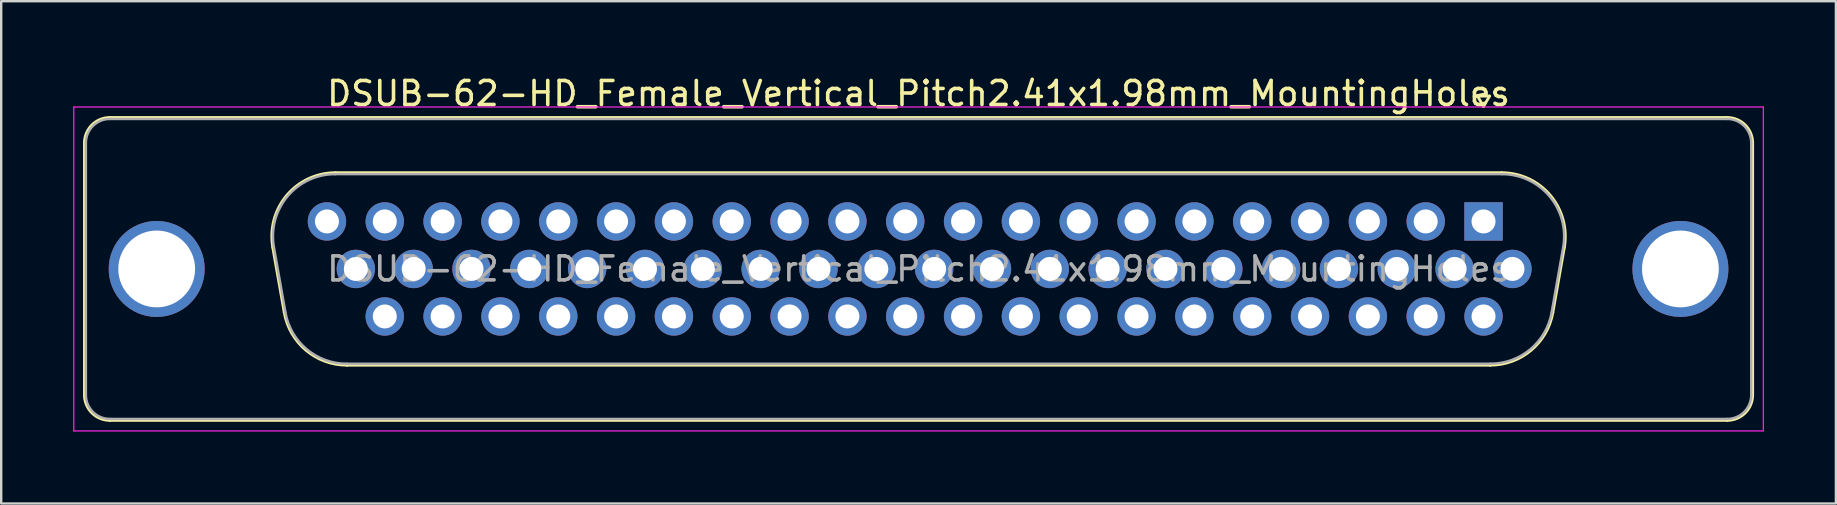
<source format=kicad_pcb>
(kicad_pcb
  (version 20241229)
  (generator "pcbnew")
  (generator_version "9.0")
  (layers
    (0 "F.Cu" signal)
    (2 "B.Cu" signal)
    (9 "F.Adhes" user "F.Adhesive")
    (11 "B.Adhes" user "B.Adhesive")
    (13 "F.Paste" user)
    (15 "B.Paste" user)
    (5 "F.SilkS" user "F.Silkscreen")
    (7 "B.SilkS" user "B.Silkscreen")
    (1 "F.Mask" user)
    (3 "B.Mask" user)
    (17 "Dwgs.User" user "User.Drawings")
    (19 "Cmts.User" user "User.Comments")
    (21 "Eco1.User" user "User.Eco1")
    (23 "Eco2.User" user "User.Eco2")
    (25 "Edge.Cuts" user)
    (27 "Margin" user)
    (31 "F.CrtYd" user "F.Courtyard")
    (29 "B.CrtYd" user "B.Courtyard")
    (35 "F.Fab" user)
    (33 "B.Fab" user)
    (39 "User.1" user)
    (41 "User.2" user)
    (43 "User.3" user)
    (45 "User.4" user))
  (footprint "DSUB-62-HD_Female_Vertical_Pitch2.41x1.98mm_MountingHoles"
    (layer "F.Cu")
    (at 58.775 6.178)
    (property "Reference" "DSUB-62-HD_Female_Vertical_Pitch2.41x1.98mm_MountingHoles" (at -23.545 -5.33 0) (layer "F.SilkS") (effects (font (size 1 1) (thickness 0.15))))
    (attr through_hole)
    (fp_line (start -58.305 7.23) (end -58.305 -3.27) (stroke (width 0.12) (type solid)) (layer "F.SilkS"))
    (fp_line (start -57.245 -4.33) (end 10.155 -4.33) (stroke (width 0.12) (type solid)) (layer "F.SilkS"))
    (fp_line (start -50.457 1.08) (end -49.977 3.8) (stroke (width 0.12) (type solid)) (layer "F.SilkS"))
    (fp_line (start -47.847 -2.03) (end 0.757 -2.03) (stroke (width 0.12) (type solid)) (layer "F.SilkS"))
    (fp_line (start -47.367 5.99) (end 0.277 5.99) (stroke (width 0.12) (type solid)) (layer "F.SilkS"))
    (fp_line (start -0.25 -5.224) (end 0.25 -5.224) (stroke (width 0.12) (type solid)) (layer "F.SilkS"))
    (fp_line (start 0 -4.791) (end -0.25 -5.224) (stroke (width 0.12) (type solid)) (layer "F.SilkS"))
    (fp_line (start 0.25 -5.224) (end 0 -4.791) (stroke (width 0.12) (type solid)) (layer "F.SilkS"))
    (fp_line (start 3.367 1.08) (end 2.887 3.8) (stroke (width 0.12) (type solid)) (layer "F.SilkS"))
    (fp_line (start 10.155 8.29) (end -57.245 8.29) (stroke (width 0.12) (type solid)) (layer "F.SilkS"))
    (fp_line (start 11.215 -3.27) (end 11.215 7.23) (stroke (width 0.12) (type solid)) (layer "F.SilkS"))
    (fp_arc (start -58.305 -3.27) (mid -57.994533 -4.019533) (end -57.245 -4.33) (stroke (width 0.12) (type solid)) (layer "F.SilkS"))
    (fp_arc (start -57.245 8.29) (mid -57.994533 7.979533) (end -58.305 7.23) (stroke (width 0.12) (type solid)) (layer "F.SilkS"))
    (fp_arc (start -50.456594 1.080168) (mid -49.876871 -1.083387) (end -47.846853 -2.03) (stroke (width 0.12) (type solid)) (layer "F.SilkS"))
    (fp_arc (start -47.367244 5.99) (mid -49.070631 5.370018) (end -49.976985 3.800168) (stroke (width 0.12) (type solid)) (layer "F.SilkS"))
    (fp_arc (start 0.756853 -2.03) (mid 2.786871 -1.083387) (end 3.366594 1.080168) (stroke (width 0.12) (type solid)) (layer "F.SilkS"))
    (fp_arc (start 2.886985 3.800168) (mid 1.980631 5.370018) (end 0.277244 5.99) (stroke (width 0.12) (type solid)) (layer "F.SilkS"))
    (fp_arc (start 10.155 -4.33) (mid 10.904533 -4.019533) (end 11.215 -3.27) (stroke (width 0.12) (type solid)) (layer "F.SilkS"))
    (fp_arc (start 11.215 7.23) (mid 10.904533 7.979533) (end 10.155 8.29) (stroke (width 0.12) (type solid)) (layer "F.SilkS"))
    (fp_line (start -58.75 -4.77) (end -58.75 8.73) (stroke (width 0.05) (type solid)) (layer "F.CrtYd"))
    (fp_line (start -58.75 8.73) (end 11.66 8.73) (stroke (width 0.05) (type solid)) (layer "F.CrtYd"))
    (fp_line (start 11.66 -4.77) (end -58.75 -4.77) (stroke (width 0.05) (type solid)) (layer "F.CrtYd"))
    (fp_line (start 11.66 8.73) (end 11.66 -4.77) (stroke (width 0.05) (type solid)) (layer "F.CrtYd"))
    (fp_line (start -58.245 7.23) (end -58.245 -3.27) (stroke (width 0.1) (type solid)) (layer "F.Fab"))
    (fp_line (start -57.245 -4.27) (end 10.155 -4.27) (stroke (width 0.1) (type solid)) (layer "F.Fab"))
    (fp_line (start -50.409 1.07) (end -49.929 3.79) (stroke (width 0.1) (type solid)) (layer "F.Fab"))
    (fp_line (start -47.858 -1.97) (end 0.768 -1.97) (stroke (width 0.1) (type solid)) (layer "F.Fab"))
    (fp_line (start -47.379 5.93) (end 0.289 5.93) (stroke (width 0.1) (type solid)) (layer "F.Fab"))
    (fp_line (start 3.319 1.07) (end 2.839 3.79) (stroke (width 0.1) (type solid)) (layer "F.Fab"))
    (fp_line (start 10.155 8.23) (end -57.245 8.23) (stroke (width 0.1) (type solid)) (layer "F.Fab"))
    (fp_line (start 11.155 -3.27) (end 11.155 7.23) (stroke (width 0.1) (type solid)) (layer "F.Fab"))
    (fp_arc (start -58.245 -3.27) (mid -57.952107 -3.977107) (end -57.245 -4.27) (stroke (width 0.1) (type solid)) (layer "F.Fab"))
    (fp_arc (start -57.245 8.23) (mid -57.952107 7.937107) (end -58.245 7.23) (stroke (width 0.1) (type solid)) (layer "F.Fab"))
    (fp_arc (start -50.40901 1.069749) (mid -49.842413 -1.04482) (end -47.858358 -1.97) (stroke (width 0.1) (type solid)) (layer "F.Fab"))
    (fp_arc (start -47.378749 5.93) (mid -49.043569 5.324055) (end -49.929401 3.789749) (stroke (width 0.1) (type solid)) (layer "F.Fab"))
    (fp_arc (start 0.768358 -1.97) (mid 2.752413 -1.04482) (end 3.31901 1.069749) (stroke (width 0.1) (type solid)) (layer "F.Fab"))
    (fp_arc (start 2.839401 3.789749) (mid 1.953569 5.324055) (end 0.288749 5.93) (stroke (width 0.1) (type solid)) (layer "F.Fab"))
    (fp_arc (start 10.155 -4.27) (mid 10.862107 -3.977107) (end 11.155 -3.27) (stroke (width 0.1) (type solid)) (layer "F.Fab"))
    (fp_arc (start 11.155 7.23) (mid 10.862107 7.937107) (end 10.155 8.23) (stroke (width 0.1) (type solid)) (layer "F.Fab"))
    (fp_text user "${REFERENCE}" (at -23.545 1.98 0) (layer "F.Fab") (effects (font (size 1 1) (thickness 0.15))))
    (pad "0" thru_hole circle (at -55.295 1.98) (size 4 4) (drill 3.2) (layers "*.Cu" "*.Mask"))
    (pad "0" thru_hole circle (at 8.205 1.98) (size 4 4) (drill 3.2) (layers "*.Cu" "*.Mask"))
    (pad "1" thru_hole rect (at 0 0) (size 1.6 1.6) (drill 1) (layers "*.Cu" "*.Mask"))
    (pad "2" thru_hole circle (at -2.41 0) (size 1.6 1.6) (drill 1) (layers "*.Cu" "*.Mask"))
    (pad "3" thru_hole circle (at -4.82 0) (size 1.6 1.6) (drill 1) (layers "*.Cu" "*.Mask"))
    (pad "4" thru_hole circle (at -7.23 0) (size 1.6 1.6) (drill 1) (layers "*.Cu" "*.Mask"))
    (pad "5" thru_hole circle (at -9.64 0) (size 1.6 1.6) (drill 1) (layers "*.Cu" "*.Mask"))
    (pad "6" thru_hole circle (at -12.05 0) (size 1.6 1.6) (drill 1) (layers "*.Cu" "*.Mask"))
    (pad "7" thru_hole circle (at -14.46 0) (size 1.6 1.6) (drill 1) (layers "*.Cu" "*.Mask"))
    (pad "8" thru_hole circle (at -16.87 0) (size 1.6 1.6) (drill 1) (layers "*.Cu" "*.Mask"))
    (pad "9" thru_hole circle (at -19.28 0) (size 1.6 1.6) (drill 1) (layers "*.Cu" "*.Mask"))
    (pad "10" thru_hole circle (at -21.69 0) (size 1.6 1.6) (drill 1) (layers "*.Cu" "*.Mask"))
    (pad "11" thru_hole circle (at -24.1 0) (size 1.6 1.6) (drill 1) (layers "*.Cu" "*.Mask"))
    (pad "12" thru_hole circle (at -26.51 0) (size 1.6 1.6) (drill 1) (layers "*.Cu" "*.Mask"))
    (pad "13" thru_hole circle (at -28.92 0) (size 1.6 1.6) (drill 1) (layers "*.Cu" "*.Mask"))
    (pad "14" thru_hole circle (at -31.33 0) (size 1.6 1.6) (drill 1) (layers "*.Cu" "*.Mask"))
    (pad "15" thru_hole circle (at -33.74 0) (size 1.6 1.6) (drill 1) (layers "*.Cu" "*.Mask"))
    (pad "16" thru_hole circle (at -36.15 0) (size 1.6 1.6) (drill 1) (layers "*.Cu" "*.Mask"))
    (pad "17" thru_hole circle (at -38.56 0) (size 1.6 1.6) (drill 1) (layers "*.Cu" "*.Mask"))
    (pad "18" thru_hole circle (at -40.97 0) (size 1.6 1.6) (drill 1) (layers "*.Cu" "*.Mask"))
    (pad "19" thru_hole circle (at -43.38 0) (size 1.6 1.6) (drill 1) (layers "*.Cu" "*.Mask"))
    (pad "20" thru_hole circle (at -45.79 0) (size 1.6 1.6) (drill 1) (layers "*.Cu" "*.Mask"))
    (pad "21" thru_hole circle (at -48.2 0) (size 1.6 1.6) (drill 1) (layers "*.Cu" "*.Mask"))
    (pad "22" thru_hole circle (at 1.205 1.98) (size 1.6 1.6) (drill 1) (layers "*.Cu" "*.Mask"))
    (pad "23" thru_hole circle (at -1.205 1.98) (size 1.6 1.6) (drill 1) (layers "*.Cu" "*.Mask"))
    (pad "24" thru_hole circle (at -3.615 1.98) (size 1.6 1.6) (drill 1) (layers "*.Cu" "*.Mask"))
    (pad "25" thru_hole circle (at -6.025 1.98) (size 1.6 1.6) (drill 1) (layers "*.Cu" "*.Mask"))
    (pad "26" thru_hole circle (at -8.435 1.98) (size 1.6 1.6) (drill 1) (layers "*.Cu" "*.Mask"))
    (pad "27" thru_hole circle (at -10.845 1.98) (size 1.6 1.6) (drill 1) (layers "*.Cu" "*.Mask"))
    (pad "28" thru_hole circle (at -13.255 1.98) (size 1.6 1.6) (drill 1) (layers "*.Cu" "*.Mask"))
    (pad "29" thru_hole circle (at -15.665 1.98) (size 1.6 1.6) (drill 1) (layers "*.Cu" "*.Mask"))
    (pad "30" thru_hole circle (at -18.075 1.98) (size 1.6 1.6) (drill 1) (layers "*.Cu" "*.Mask"))
    (pad "31" thru_hole circle (at -20.485 1.98) (size 1.6 1.6) (drill 1) (layers "*.Cu" "*.Mask"))
    (pad "32" thru_hole circle (at -22.895 1.98) (size 1.6 1.6) (drill 1) (layers "*.Cu" "*.Mask"))
    (pad "33" thru_hole circle (at -25.305 1.98) (size 1.6 1.6) (drill 1) (layers "*.Cu" "*.Mask"))
    (pad "34" thru_hole circle (at -27.715 1.98) (size 1.6 1.6) (drill 1) (layers "*.Cu" "*.Mask"))
    (pad "35" thru_hole circle (at -30.125 1.98) (size 1.6 1.6) (drill 1) (layers "*.Cu" "*.Mask"))
    (pad "36" thru_hole circle (at -32.535 1.98) (size 1.6 1.6) (drill 1) (layers "*.Cu" "*.Mask"))
    (pad "37" thru_hole circle (at -34.945 1.98) (size 1.6 1.6) (drill 1) (layers "*.Cu" "*.Mask"))
    (pad "38" thru_hole circle (at -37.355 1.98) (size 1.6 1.6) (drill 1) (layers "*.Cu" "*.Mask"))
    (pad "39" thru_hole circle (at -39.765 1.98) (size 1.6 1.6) (drill 1) (layers "*.Cu" "*.Mask"))
    (pad "40" thru_hole circle (at -42.175 1.98) (size 1.6 1.6) (drill 1) (layers "*.Cu" "*.Mask"))
    (pad "41" thru_hole circle (at -44.585 1.98) (size 1.6 1.6) (drill 1) (layers "*.Cu" "*.Mask"))
    (pad "42" thru_hole circle (at -46.995 1.98) (size 1.6 1.6) (drill 1) (layers "*.Cu" "*.Mask"))
    (pad "43" thru_hole circle (at 0 3.96) (size 1.6 1.6) (drill 1) (layers "*.Cu" "*.Mask"))
    (pad "44" thru_hole circle (at -2.41 3.96) (size 1.6 1.6) (drill 1) (layers "*.Cu" "*.Mask"))
    (pad "45" thru_hole circle (at -4.82 3.96) (size 1.6 1.6) (drill 1) (layers "*.Cu" "*.Mask"))
    (pad "46" thru_hole circle (at -7.23 3.96) (size 1.6 1.6) (drill 1) (layers "*.Cu" "*.Mask"))
    (pad "47" thru_hole circle (at -9.64 3.96) (size 1.6 1.6) (drill 1) (layers "*.Cu" "*.Mask"))
    (pad "48" thru_hole circle (at -12.05 3.96) (size 1.6 1.6) (drill 1) (layers "*.Cu" "*.Mask"))
    (pad "49" thru_hole circle (at -14.46 3.96) (size 1.6 1.6) (drill 1) (layers "*.Cu" "*.Mask"))
    (pad "50" thru_hole circle (at -16.87 3.96) (size 1.6 1.6) (drill 1) (layers "*.Cu" "*.Mask"))
    (pad "51" thru_hole circle (at -19.28 3.96) (size 1.6 1.6) (drill 1) (layers "*.Cu" "*.Mask"))
    (pad "52" thru_hole circle (at -21.69 3.96) (size 1.6 1.6) (drill 1) (layers "*.Cu" "*.Mask"))
    (pad "53" thru_hole circle (at -24.1 3.96) (size 1.6 1.6) (drill 1) (layers "*.Cu" "*.Mask"))
    (pad "54" thru_hole circle (at -26.51 3.96) (size 1.6 1.6) (drill 1) (layers "*.Cu" "*.Mask"))
    (pad "55" thru_hole circle (at -28.92 3.96) (size 1.6 1.6) (drill 1) (layers "*.Cu" "*.Mask"))
    (pad "56" thru_hole circle (at -31.33 3.96) (size 1.6 1.6) (drill 1) (layers "*.Cu" "*.Mask"))
    (pad "57" thru_hole circle (at -33.74 3.96) (size 1.6 1.6) (drill 1) (layers "*.Cu" "*.Mask"))
    (pad "58" thru_hole circle (at -36.15 3.96) (size 1.6 1.6) (drill 1) (layers "*.Cu" "*.Mask"))
    (pad "59" thru_hole circle (at -38.56 3.96) (size 1.6 1.6) (drill 1) (layers "*.Cu" "*.Mask"))
    (pad "60" thru_hole circle (at -40.97 3.96) (size 1.6 1.6) (drill 1) (layers "*.Cu" "*.Mask"))
    (pad "61" thru_hole circle (at -43.38 3.96) (size 1.6 1.6) (drill 1) (layers "*.Cu" "*.Mask"))
    (pad "62" thru_hole circle (at -45.79 3.96) (size 1.6 1.6) (drill 1) (layers "*.Cu" "*.Mask")))
  (gr_rect
    (start -3 -3)
    (end 73.46 17.933)
    (stroke (width 0.1) (type default))
    (fill no)
    (layer "Edge.Cuts")))
</source>
